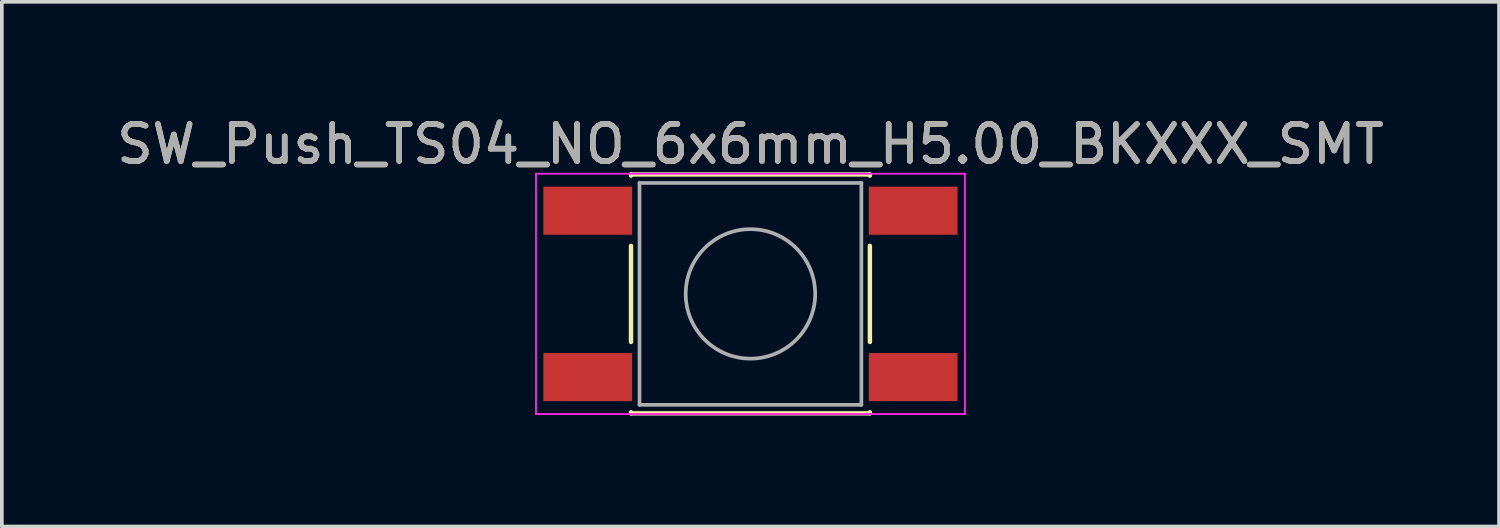
<source format=kicad_pcb>
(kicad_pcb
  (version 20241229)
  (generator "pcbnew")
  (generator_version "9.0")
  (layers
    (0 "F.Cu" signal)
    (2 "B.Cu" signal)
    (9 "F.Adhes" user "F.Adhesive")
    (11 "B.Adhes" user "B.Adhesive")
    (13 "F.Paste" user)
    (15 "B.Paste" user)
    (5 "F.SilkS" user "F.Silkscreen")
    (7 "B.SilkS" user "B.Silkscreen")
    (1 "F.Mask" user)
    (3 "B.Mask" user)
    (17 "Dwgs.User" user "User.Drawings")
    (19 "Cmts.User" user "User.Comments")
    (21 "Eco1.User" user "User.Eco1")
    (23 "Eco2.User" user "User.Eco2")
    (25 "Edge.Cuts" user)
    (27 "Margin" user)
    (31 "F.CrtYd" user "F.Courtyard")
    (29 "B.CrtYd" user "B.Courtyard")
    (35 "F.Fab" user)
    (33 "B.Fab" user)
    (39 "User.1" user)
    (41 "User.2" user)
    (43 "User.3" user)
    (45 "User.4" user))
  (footprint "SW_Push_TS04_NO_6x6mm_H5.00_BKXXX_SMT"
    (layer "F.Cu")
    (at 17.244 4.898)
    (property "Reference" "SW_Push_TS04_NO_6x6mm_H5.00_BKXXX_SMT" (at 0 -4.05 0) (layer "F.SilkS") (effects (font (size 1 1) (thickness 0.15))))
    (attr smd)
    (fp_line (start -3.23 -3.23) (end 3.23 -3.23) (stroke (width 0.12) (type solid)) (layer "F.SilkS"))
    (fp_line (start -3.23 -3.2) (end -3.23 -3.23) (stroke (width 0.12) (type solid)) (layer "F.SilkS"))
    (fp_line (start -3.23 -1.3) (end -3.23 1.3) (stroke (width 0.12) (type solid)) (layer "F.SilkS"))
    (fp_line (start -3.23 3.23) (end -3.23 3.2) (stroke (width 0.12) (type solid)) (layer "F.SilkS"))
    (fp_line (start -3.23 3.23) (end 3.23 3.23) (stroke (width 0.12) (type solid)) (layer "F.SilkS"))
    (fp_line (start 3.23 -3.23) (end 3.23 -3.2) (stroke (width 0.12) (type solid)) (layer "F.SilkS"))
    (fp_line (start 3.23 -1.3) (end 3.23 1.3) (stroke (width 0.12) (type solid)) (layer "F.SilkS"))
    (fp_line (start 3.23 3.23) (end 3.23 3.2) (stroke (width 0.12) (type solid)) (layer "F.SilkS"))
    (fp_line (start -5.8 -3.25) (end -5.8 3.25) (stroke (width 0.05) (type solid)) (layer "F.CrtYd"))
    (fp_line (start -5.8 -3.25) (end 5.8 -3.25) (stroke (width 0.05) (type solid)) (layer "F.CrtYd"))
    (fp_line (start -5.8 3.25) (end 5.8 3.25) (stroke (width 0.05) (type solid)) (layer "F.CrtYd"))
    (fp_line (start 5.8 3.25) (end 5.8 -3.25) (stroke (width 0.05) (type solid)) (layer "F.CrtYd"))
    (fp_line (start -3 -3) (end -3 3) (stroke (width 0.1) (type solid)) (layer "F.Fab"))
    (fp_line (start -3 3) (end 3 3) (stroke (width 0.1) (type solid)) (layer "F.Fab"))
    (fp_line (start 3 -3) (end -3 -3) (stroke (width 0.1) (type solid)) (layer "F.Fab"))
    (fp_line (start 3 3) (end 3 -3) (stroke (width 0.1) (type solid)) (layer "F.Fab"))
    (fp_circle (center 0 0) (end 1.75 -0.05) (stroke (width 0.1) (type solid)) (fill no) (layer "F.Fab"))
    (fp_text user "${REFERENCE}" (at 0 -4.05 0) (layer "F.Fab") (effects (font (size 1 1) (thickness 0.15))))
    (pad "1" smd rect (at -4.4 -2.25) (size 2.4 1.3) (layers "F.Cu" "F.Mask" "F.Paste"))
    (pad "1" smd rect (at 4.4 -2.25) (size 2.4 1.3) (layers "F.Cu" "F.Mask" "F.Paste"))
    (pad "2" smd rect (at -4.4 2.25) (size 2.4 1.3) (layers "F.Cu" "F.Mask" "F.Paste"))
    (pad "2" smd rect (at 4.4 2.25) (size 2.4 1.3) (layers "F.Cu" "F.Mask" "F.Paste")))
  (gr_rect
    (start -3 -3)
    (end 37.488 11.188)
    (stroke (width 0.1) (type default))
    (fill no)
    (layer "Edge.Cuts")))
</source>
